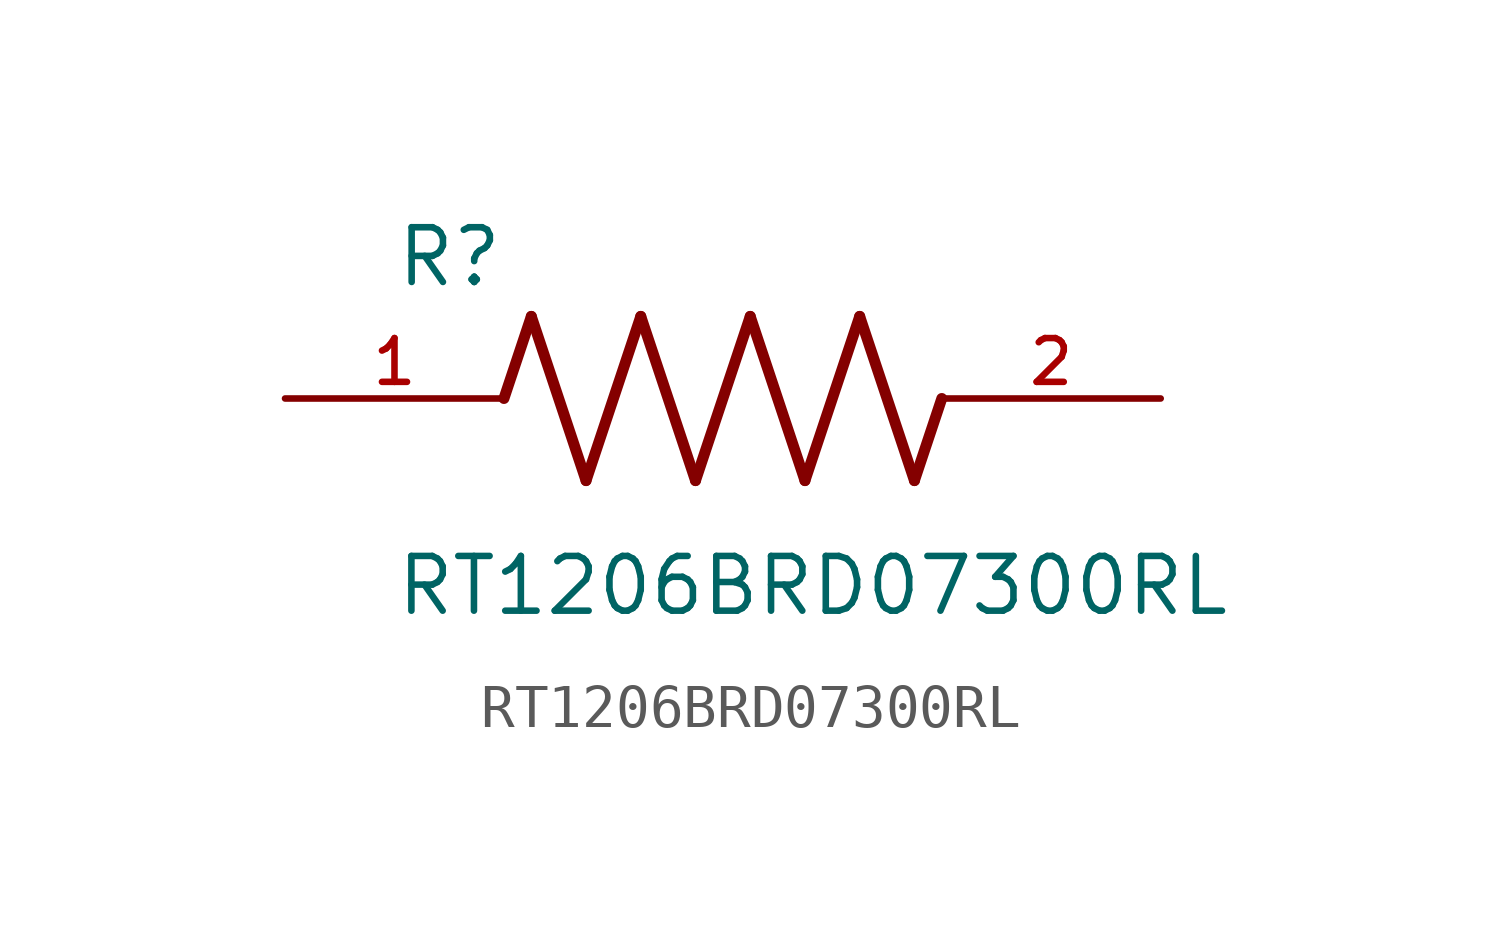
<source format=kicad_sym>
(kicad_symbol_lib
  (version 20211014)
  (generator kicad_symbol_editor)
  (symbol "RT1206BRD07300RL"
    (pin_names
      (offset 1.016))
    (property "Reference" "R"
      (at -7.624 2.541 0)
      (effects (font (size 1.27 1.27)) (justify bottom left)))
    (property "Value" "RT1206BRD07300RL"
      (at -7.63 -5.087 0)
      (effects (font (size 1.27 1.27)) (justify bottom left)))
    (symbol "RT1206BRD07300RL_0_0"
      (polyline (pts (xy -5.08 0.0) (xy -4.445 1.905)) (stroke (width 0.254)))
      (polyline (pts (xy -4.445 1.905) (xy -3.175 -1.905)) (stroke (width 0.254)))
      (polyline (pts (xy -3.175 -1.905) (xy -1.905 1.905)) (stroke (width 0.254)))
      (polyline (pts (xy -1.905 1.905) (xy -0.635 -1.905)) (stroke (width 0.254)))
      (polyline (pts (xy -0.635 -1.905) (xy 0.635 1.905)) (stroke (width 0.254)))
      (polyline (pts (xy 0.635 1.905) (xy 1.905 -1.905)) (stroke (width 0.254)))
      (polyline (pts (xy 1.905 -1.905) (xy 3.175 1.905)) (stroke (width 0.254)))
      (polyline (pts (xy 3.175 1.905) (xy 4.445 -1.905)) (stroke (width 0.254)))
      (polyline (pts (xy 4.445 -1.905) (xy 5.08 0.0)) (stroke (width 0.254)))
      (pin passive line (at -10.16 0.0 0) (length 5.08) (name "~" (effects (font (size 1.016 1.016)))) (number "1" (effects (font (size 1.016 1.016)))))
      (pin passive line (at 10.16 0.0 180.0) (length 5.08) (name "~" (effects (font (size 1.016 1.016)))) (number "2" (effects (font (size 1.016 1.016))))))))
</source>
